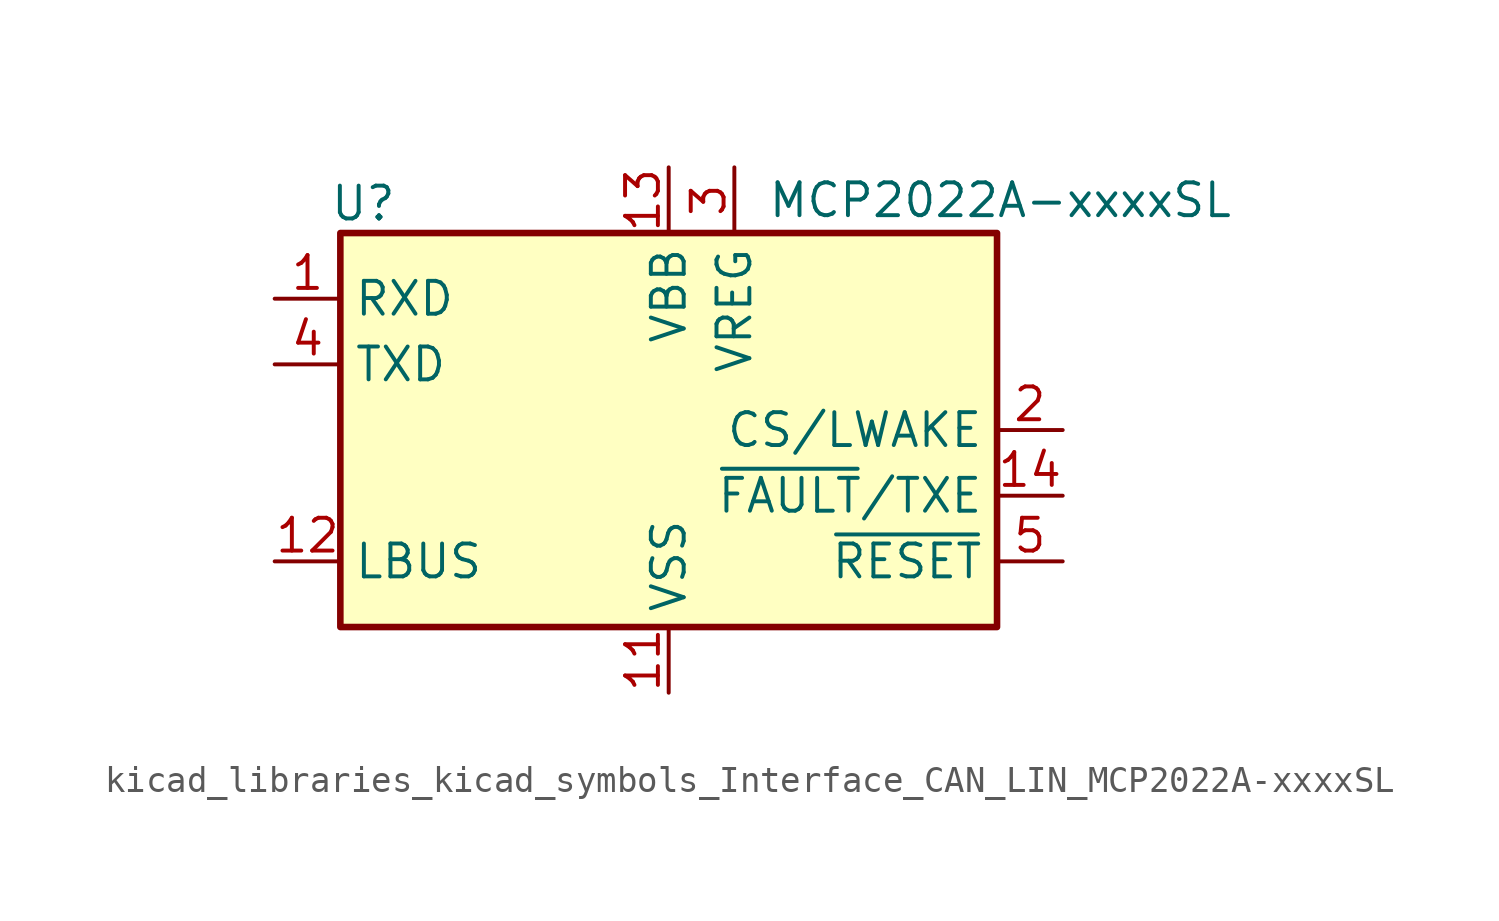
<source format=kicad_sym>
(kicad_symbol_lib
  (version 20220914)
  (generator kicad_symbol_editor)
  (symbol "kicad_libraries_kicad_symbols_Interface_CAN_LIN_MCP2022A-xxxxSL"
    (property "Reference" "U"
      (at -11.811 8.763 0)
      (effects (font (size 1.27 1.27))))
    (property "Value" "MCP2022A-xxxxSL"
      (at 3.81 8.89 0)
      (effects (font (size 1.27 1.27)) (justify left)))
    (symbol "kicad_libraries_kicad_symbols_Interface_CAN_LIN_MCP2022A-xxxxSL_0_1"
      (rectangle (start -12.7 7.62) (end 12.7 -7.62) (stroke (width 0.254) (type default)) (fill (type background))))
    (symbol "kicad_libraries_kicad_symbols_Interface_CAN_LIN_MCP2022A-xxxxSL_1_1"
      (pin output line (at -15.24 5.08 0) (length 2.54) (name "RXD" (effects (font (size 1.27 1.27)))) (number "1" (effects (font (size 1.27 1.27)))))
      (pin no_connect line (at -10.16 -7.62 90) (length 2.54) hide (name "NC" (effects (font (size 1.27 1.27)))) (number "10" (effects (font (size 1.27 1.27)))))
      (pin power_in line (at 0 -10.16 90) (length 2.54) (name "VSS" (effects (font (size 1.27 1.27)))) (number "11" (effects (font (size 1.27 1.27)))))
      (pin open_collector line (at -15.24 -5.08 0) (length 2.54) (name "LBUS" (effects (font (size 1.27 1.27)))) (number "12" (effects (font (size 1.27 1.27)))))
      (pin power_in line (at 0 10.16 270) (length 2.54) (name "VBB" (effects (font (size 1.27 1.27)))) (number "13" (effects (font (size 1.27 1.27)))))
      (pin open_collector line (at 15.24 -2.54 180) (length 2.54) (name "~{FAULT}/TXE" (effects (font (size 1.27 1.27)))) (number "14" (effects (font (size 1.27 1.27)))))
      (pin input line (at 15.24 0 180) (length 2.54) (name "CS/LWAKE" (effects (font (size 1.27 1.27)))) (number "2" (effects (font (size 1.27 1.27)))))
      (pin power_out line (at 2.54 10.16 270) (length 2.54) (name "VREG" (effects (font (size 1.27 1.27)))) (number "3" (effects (font (size 1.27 1.27)))))
      (pin input line (at -15.24 2.54 0) (length 2.54) (name "TXD" (effects (font (size 1.27 1.27)))) (number "4" (effects (font (size 1.27 1.27)))))
      (pin output line (at 15.24 -5.08 180) (length 2.54) (name "~{RESET}" (effects (font (size 1.27 1.27)))) (number "5" (effects (font (size 1.27 1.27)))))
      (pin no_connect line (at 2.54 -7.62 90) (length 2.54) hide (name "NC" (effects (font (size 1.27 1.27)))) (number "6" (effects (font (size 1.27 1.27)))))
      (pin no_connect line (at -2.54 -7.62 90) (length 2.54) hide (name "NC" (effects (font (size 1.27 1.27)))) (number "7" (effects (font (size 1.27 1.27)))))
      (pin no_connect line (at -5.08 -7.62 90) (length 2.54) hide (name "NC" (effects (font (size 1.27 1.27)))) (number "8" (effects (font (size 1.27 1.27)))))
      (pin no_connect line (at -7.62 -7.62 90) (length 2.54) hide (name "NC" (effects (font (size 1.27 1.27)))) (number "9" (effects (font (size 1.27 1.27))))))))
</source>
